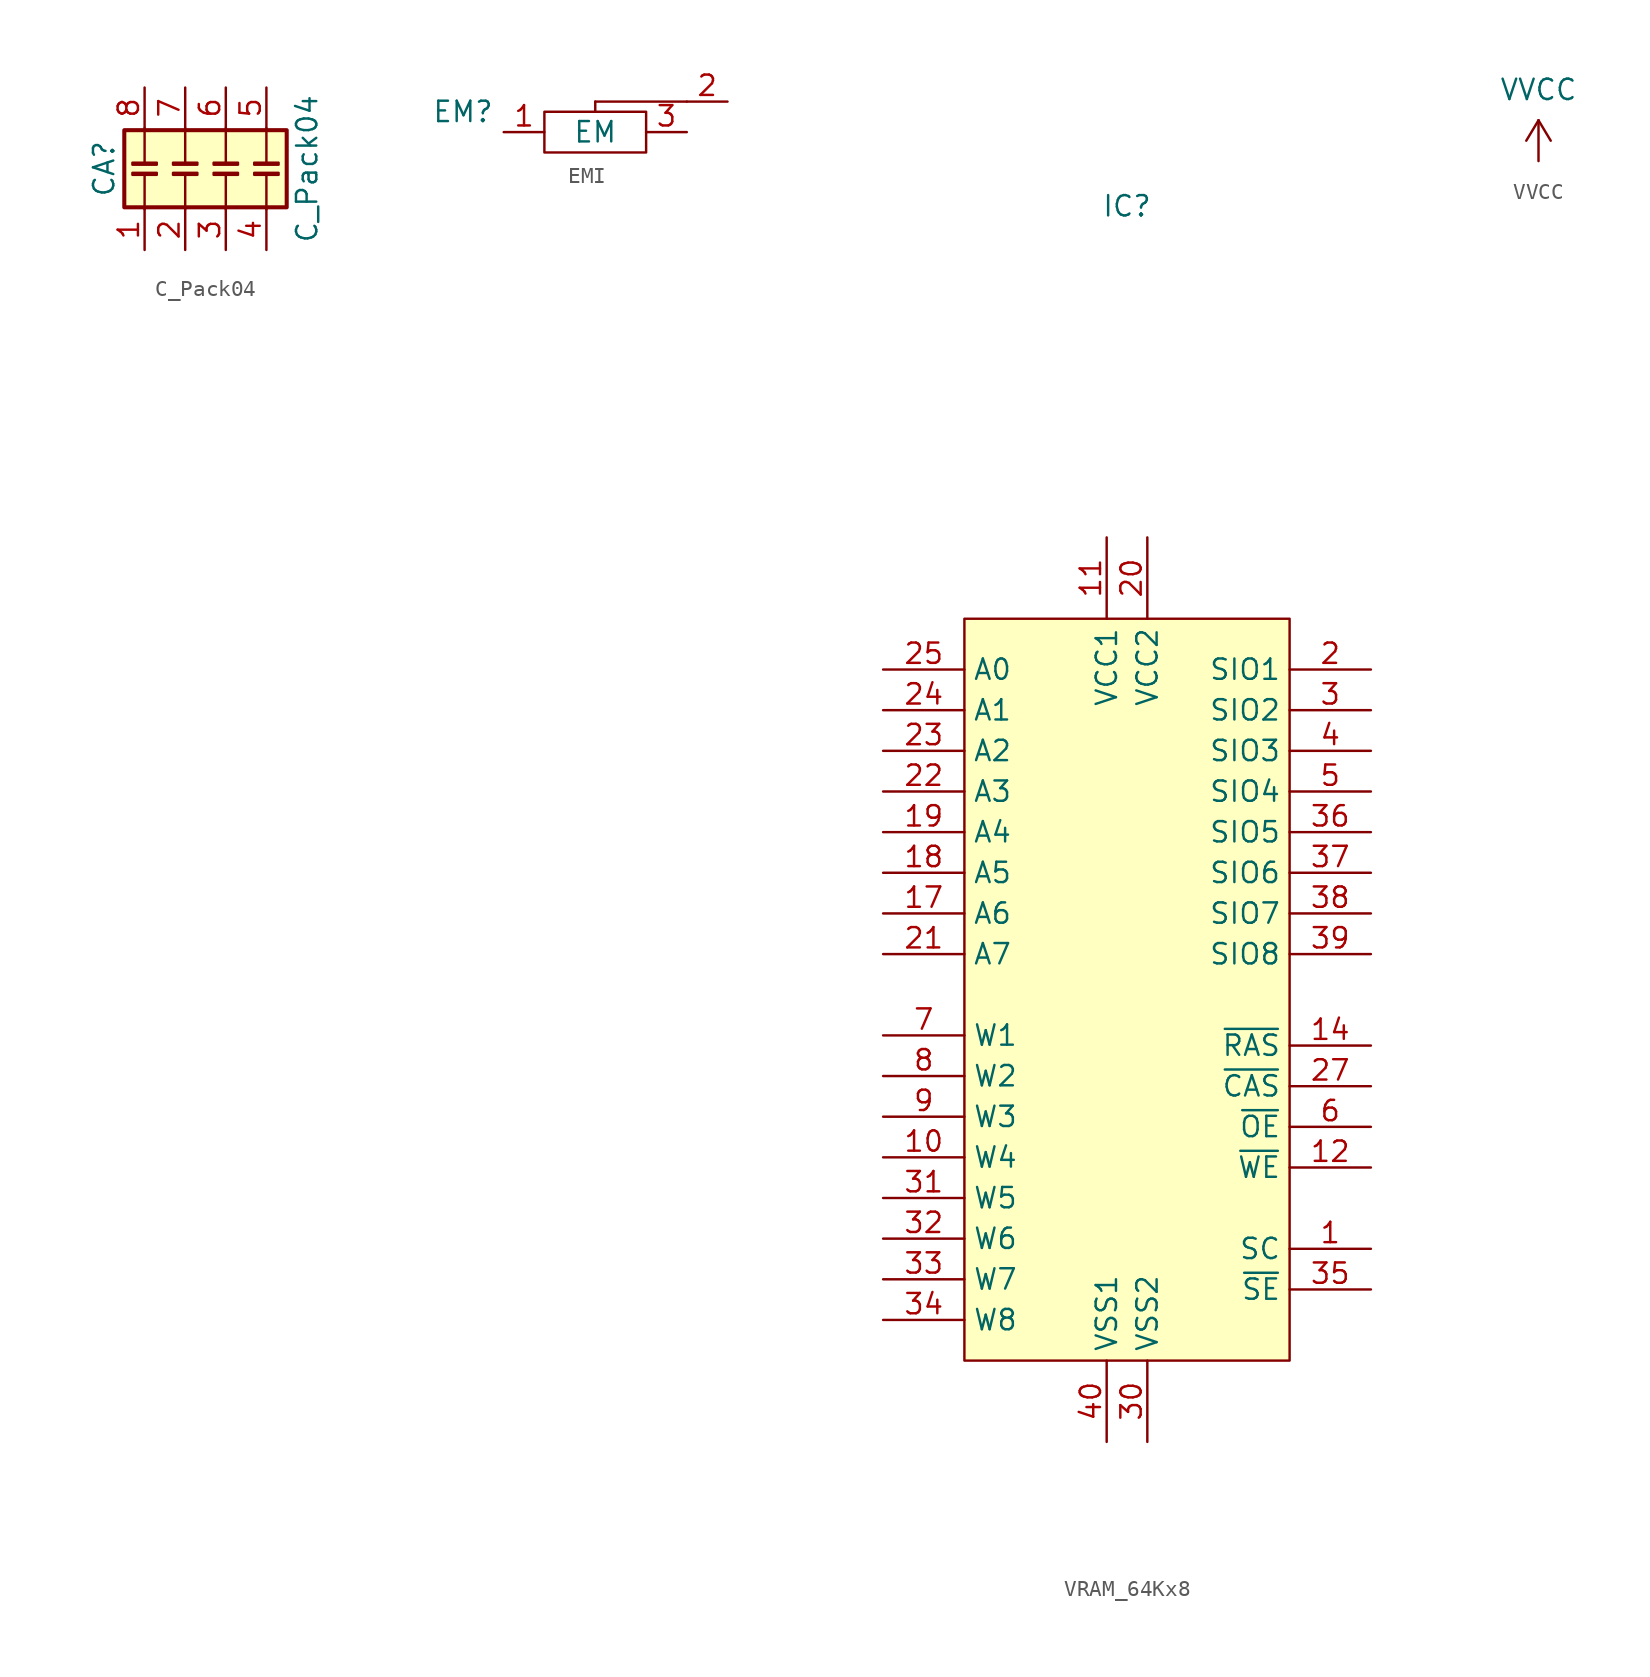
<source format=kicad_sym>
(kicad_symbol_lib
  (version 20220914)
  (generator kicad_symbol_editor)
  (symbol "C_Pack04"
    (pin_names
      (offset 0) hide)
    (property "Reference" "CA"
      (at -7.62 0 90)
      (effects (font (size 1.27 1.27))))
    (property "Value" "C_Pack04"
      (at 5.08 0 90)
      (effects (font (size 1.27 1.27))))
    (symbol "C_Pack04_0_1"
      (rectangle (start -6.35 2.413) (end 3.81 -2.413) (stroke (width 0.254) (type default)) (fill (type background)))
      (rectangle (start -5.842 -0.254) (end -4.318 -0.381) (stroke (width 0) (type default)) (fill (type none)))
      (rectangle (start -5.842 0.381) (end -4.318 0.254) (stroke (width 0) (type default)) (fill (type none)))
      (rectangle (start -3.302 -0.254) (end -1.778 -0.381) (stroke (width 0) (type default)) (fill (type none)))
      (rectangle (start -3.302 0.381) (end -1.778 0.254) (stroke (width 0) (type default)) (fill (type none)))
      (rectangle (start -0.762 -0.254) (end 0.762 -0.381) (stroke (width 0) (type default)) (fill (type none)))
      (rectangle (start -0.762 0.381) (end 0.762 0.254) (stroke (width 0) (type default)) (fill (type none)))
      (polyline (pts (xy -5.08 -2.54) (xy -5.08 -0.381)) (stroke (width 0) (type default)) (fill (type none)))
      (polyline (pts (xy -5.08 0.381) (xy -5.08 2.54)) (stroke (width 0) (type default)) (fill (type none)))
      (polyline (pts (xy -2.54 -2.54) (xy -2.54 -0.381)) (stroke (width 0) (type default)) (fill (type none)))
      (polyline (pts (xy -2.54 0.381) (xy -2.54 2.54)) (stroke (width 0) (type default)) (fill (type none)))
      (polyline (pts (xy 0 -2.54) (xy 0 -0.381)) (stroke (width 0) (type default)) (fill (type none)))
      (polyline (pts (xy 0 0.381) (xy 0 2.54)) (stroke (width 0) (type default)) (fill (type none)))
      (polyline (pts (xy 2.54 -2.54) (xy 2.54 -0.381)) (stroke (width 0) (type default)) (fill (type none)))
      (polyline (pts (xy 2.54 0.381) (xy 2.54 2.54)) (stroke (width 0) (type default)) (fill (type none)))
      (rectangle (start 1.778 -0.254) (end 3.302 -0.381) (stroke (width 0) (type default)) (fill (type none)))
      (rectangle (start 1.778 0.381) (end 3.302 0.254) (stroke (width 0) (type default)) (fill (type none))))
    (symbol "C_Pack04_1_1"
      (pin passive line (at -5.08 -5.08 90) (length 2.54) (name "R1.1" (effects (font (size 1.27 1.27)))) (number "1" (effects (font (size 1.27 1.27)))))
      (pin passive line (at -2.54 -5.08 90) (length 2.54) (name "R2.1" (effects (font (size 1.27 1.27)))) (number "2" (effects (font (size 1.27 1.27)))))
      (pin passive line (at 0 -5.08 90) (length 2.54) (name "R3.1" (effects (font (size 1.27 1.27)))) (number "3" (effects (font (size 1.27 1.27)))))
      (pin passive line (at 2.54 -5.08 90) (length 2.54) (name "R4.1" (effects (font (size 1.27 1.27)))) (number "4" (effects (font (size 1.27 1.27)))))
      (pin passive line (at 2.54 5.08 270) (length 2.54) (name "R4.2" (effects (font (size 1.27 1.27)))) (number "5" (effects (font (size 1.27 1.27)))))
      (pin passive line (at 0 5.08 270) (length 2.54) (name "R3.2" (effects (font (size 1.27 1.27)))) (number "6" (effects (font (size 1.27 1.27)))))
      (pin passive line (at -2.54 5.08 270) (length 2.54) (name "R2.2" (effects (font (size 1.27 1.27)))) (number "7" (effects (font (size 1.27 1.27)))))
      (pin passive line (at -5.08 5.08 270) (length 2.54) (name "R1.2" (effects (font (size 1.27 1.27)))) (number "8" (effects (font (size 1.27 1.27)))))))
  (symbol "EMI"
    (property "Reference" "EM"
      (at -8.255 1.27 0)
      (effects (font (size 1.27 1.27))))
    (property "Value" "EM"
      (at 0 0 0)
      (effects (font (size 1.27 1.27))))
    (symbol "EMI_0_1"
      (rectangle (start -3.175 1.27) (end 3.175 -1.27) (stroke (width 0) (type default)) (fill (type none)))
      (polyline (pts (xy 0 1.27) (xy 0 1.905)) (stroke (width 0) (type default)) (fill (type none)))
      (polyline (pts (xy 0 1.905) (xy 5.715 1.905)) (stroke (width 0) (type default)) (fill (type none))))
    (symbol "EMI_1_1"
      (pin input line (at -5.715 0 0) (length 2.54) (name "" (effects (font (size 1.27 1.27)))) (number "1" (effects (font (size 1.27 1.27)))))
      (pin input line (at 8.255 1.905 180) (length 2.54) (name "" (effects (font (size 1.27 1.27)))) (number "2" (effects (font (size 1.27 1.27)))))
      (pin input line (at 5.715 0 180) (length 2.54) (name "" (effects (font (size 1.27 1.27)))) (number "3" (effects (font (size 1.27 1.27)))))))
  (symbol "VRAM_64Kx8"
    (property "Reference" "IC"
      (at 0 49.276 0)
      (effects (font (size 1.27 1.27))))
    (property "Value" ""
      (at 0.635 -3.175 0)
      (effects (font (size 1.27 1.27))))
    (symbol "VRAM_64Kx8_1_1"
      (rectangle (start -10.16 23.495) (end 10.16 -22.86) (stroke (width 0) (type default)) (fill (type background)))
      (pin input line (at 15.24 -15.875 180) (length 5.08) (name "SC" (effects (font (size 1.27 1.27)))) (number "1" (effects (font (size 1.27 1.27)))))
      (pin input line (at -15.24 -10.16 0) (length 5.08) (name "W4" (effects (font (size 1.27 1.27)))) (number "10" (effects (font (size 1.27 1.27)))))
      (pin input line (at -1.27 28.575 270) (length 5.08) (name "VCC1" (effects (font (size 1.27 1.27)))) (number "11" (effects (font (size 1.27 1.27)))))
      (pin input line (at 15.24 -10.795 180) (length 5.08) (name "~{WE}" (effects (font (size 1.27 1.27)))) (number "12" (effects (font (size 1.27 1.27)))))
      (pin no_connect line (at -8.89 -27.94 90) (length 5.08) hide (name "NC" (effects (font (size 1.27 1.27)))) (number "13" (effects (font (size 1.27 1.27)))))
      (pin input line (at 15.24 -3.175 180) (length 5.08) (name "~{RAS}" (effects (font (size 1.27 1.27)))) (number "14" (effects (font (size 1.27 1.27)))))
      (pin no_connect line (at -6.35 -27.94 90) (length 5.08) hide (name "NC" (effects (font (size 1.27 1.27)))) (number "15" (effects (font (size 1.27 1.27)))))
      (pin no_connect line (at -3.81 -27.94 90) (length 5.08) hide (name "NC" (effects (font (size 1.27 1.27)))) (number "16" (effects (font (size 1.27 1.27)))))
      (pin input line (at -15.24 5.08 0) (length 5.08) (name "A6" (effects (font (size 1.27 1.27)))) (number "17" (effects (font (size 1.27 1.27)))))
      (pin input line (at -15.24 7.62 0) (length 5.08) (name "A5" (effects (font (size 1.27 1.27)))) (number "18" (effects (font (size 1.27 1.27)))))
      (pin input line (at -15.24 10.16 0) (length 5.08) (name "A4" (effects (font (size 1.27 1.27)))) (number "19" (effects (font (size 1.27 1.27)))))
      (pin input line (at 15.24 20.32 180) (length 5.08) (name "SIO1" (effects (font (size 1.27 1.27)))) (number "2" (effects (font (size 1.27 1.27)))))
      (pin input line (at 1.27 28.575 270) (length 5.08) (name "VCC2" (effects (font (size 1.27 1.27)))) (number "20" (effects (font (size 1.27 1.27)))))
      (pin input line (at -15.24 2.54 0) (length 5.08) (name "A7" (effects (font (size 1.27 1.27)))) (number "21" (effects (font (size 1.27 1.27)))))
      (pin input line (at -15.24 12.7 0) (length 5.08) (name "A3" (effects (font (size 1.27 1.27)))) (number "22" (effects (font (size 1.27 1.27)))))
      (pin input line (at -15.24 15.24 0) (length 5.08) (name "A2" (effects (font (size 1.27 1.27)))) (number "23" (effects (font (size 1.27 1.27)))))
      (pin input line (at -15.24 17.78 0) (length 5.08) (name "A1" (effects (font (size 1.27 1.27)))) (number "24" (effects (font (size 1.27 1.27)))))
      (pin input line (at -15.24 20.32 0) (length 5.08) (name "A0" (effects (font (size 1.27 1.27)))) (number "25" (effects (font (size 1.27 1.27)))))
      (pin no_connect line (at 3.81 -27.94 90) (length 5.08) hide (name "NC" (effects (font (size 1.27 1.27)))) (number "26" (effects (font (size 1.27 1.27)))))
      (pin input line (at 15.24 -5.715 180) (length 5.08) (name "~{CAS}" (effects (font (size 1.27 1.27)))) (number "27" (effects (font (size 1.27 1.27)))))
      (pin no_connect line (at 6.35 -27.94 90) (length 5.08) hide (name "NC" (effects (font (size 1.27 1.27)))) (number "28" (effects (font (size 1.27 1.27)))))
      (pin no_connect line (at 8.89 -27.94 90) (length 5.08) hide (name "NC" (effects (font (size 1.27 1.27)))) (number "29" (effects (font (size 1.27 1.27)))))
      (pin input line (at 15.24 17.78 180) (length 5.08) (name "SIO2" (effects (font (size 1.27 1.27)))) (number "3" (effects (font (size 1.27 1.27)))))
      (pin input line (at 1.27 -27.94 90) (length 5.08) (name "VSS2" (effects (font (size 1.27 1.27)))) (number "30" (effects (font (size 1.27 1.27)))))
      (pin input line (at -15.24 -12.7 0) (length 5.08) (name "W5" (effects (font (size 1.27 1.27)))) (number "31" (effects (font (size 1.27 1.27)))))
      (pin input line (at -15.24 -15.24 0) (length 5.08) (name "W6" (effects (font (size 1.27 1.27)))) (number "32" (effects (font (size 1.27 1.27)))))
      (pin input line (at -15.24 -17.78 0) (length 5.08) (name "W7" (effects (font (size 1.27 1.27)))) (number "33" (effects (font (size 1.27 1.27)))))
      (pin input line (at -15.24 -20.32 0) (length 5.08) (name "W8" (effects (font (size 1.27 1.27)))) (number "34" (effects (font (size 1.27 1.27)))))
      (pin input line (at 15.24 -18.415 180) (length 5.08) (name "~{SE}" (effects (font (size 1.27 1.27)))) (number "35" (effects (font (size 1.27 1.27)))))
      (pin input line (at 15.24 10.16 180) (length 5.08) (name "SIO5" (effects (font (size 1.27 1.27)))) (number "36" (effects (font (size 1.27 1.27)))))
      (pin input line (at 15.24 7.62 180) (length 5.08) (name "SIO6" (effects (font (size 1.27 1.27)))) (number "37" (effects (font (size 1.27 1.27)))))
      (pin input line (at 15.24 5.08 180) (length 5.08) (name "SIO7" (effects (font (size 1.27 1.27)))) (number "38" (effects (font (size 1.27 1.27)))))
      (pin input line (at 15.24 2.54 180) (length 5.08) (name "SIO8" (effects (font (size 1.27 1.27)))) (number "39" (effects (font (size 1.27 1.27)))))
      (pin input line (at 15.24 15.24 180) (length 5.08) (name "SIO3" (effects (font (size 1.27 1.27)))) (number "4" (effects (font (size 1.27 1.27)))))
      (pin input line (at -1.27 -27.94 90) (length 5.08) (name "VSS1" (effects (font (size 1.27 1.27)))) (number "40" (effects (font (size 1.27 1.27)))))
      (pin input line (at 15.24 12.7 180) (length 5.08) (name "SIO4" (effects (font (size 1.27 1.27)))) (number "5" (effects (font (size 1.27 1.27)))))
      (pin input line (at 15.24 -8.255 180) (length 5.08) (name "~{OE}" (effects (font (size 1.27 1.27)))) (number "6" (effects (font (size 1.27 1.27)))))
      (pin input line (at -15.24 -2.54 0) (length 5.08) (name "W1" (effects (font (size 1.27 1.27)))) (number "7" (effects (font (size 1.27 1.27)))))
      (pin input line (at -15.24 -5.08 0) (length 5.08) (name "W2" (effects (font (size 1.27 1.27)))) (number "8" (effects (font (size 1.27 1.27)))))
      (pin input line (at -15.24 -7.62 0) (length 5.08) (name "W3" (effects (font (size 1.27 1.27)))) (number "9" (effects (font (size 1.27 1.27)))))))
  (symbol "VVCC"
    (power)
    (pin_names
      (offset 0))
    (property "Reference" "#PWR01"
      (at 0 -3.81 0)
      (effects (font (size 1.27 1.27)) hide))
    (property "Value" "VVCC"
      (at 0 4.445 0)
      (effects (font (size 1.27 1.27))))
    (symbol "VVCC_0_1"
      (polyline (pts (xy -0.762 1.27) (xy 0 2.54)) (stroke (width 0) (type default)) (fill (type none)))
      (polyline (pts (xy 0 0) (xy 0 2.54)) (stroke (width 0) (type default)) (fill (type none)))
      (polyline (pts (xy 0 2.54) (xy 0.762 1.27)) (stroke (width 0) (type default)) (fill (type none))))
    (symbol "VVCC_1_1"
      (pin power_in line (at 0 0 90) (length 0) hide (name "VVCC" (effects (font (size 1.27 1.27)))) (number "1" (effects (font (size 1.27 1.27))))))))
</source>
